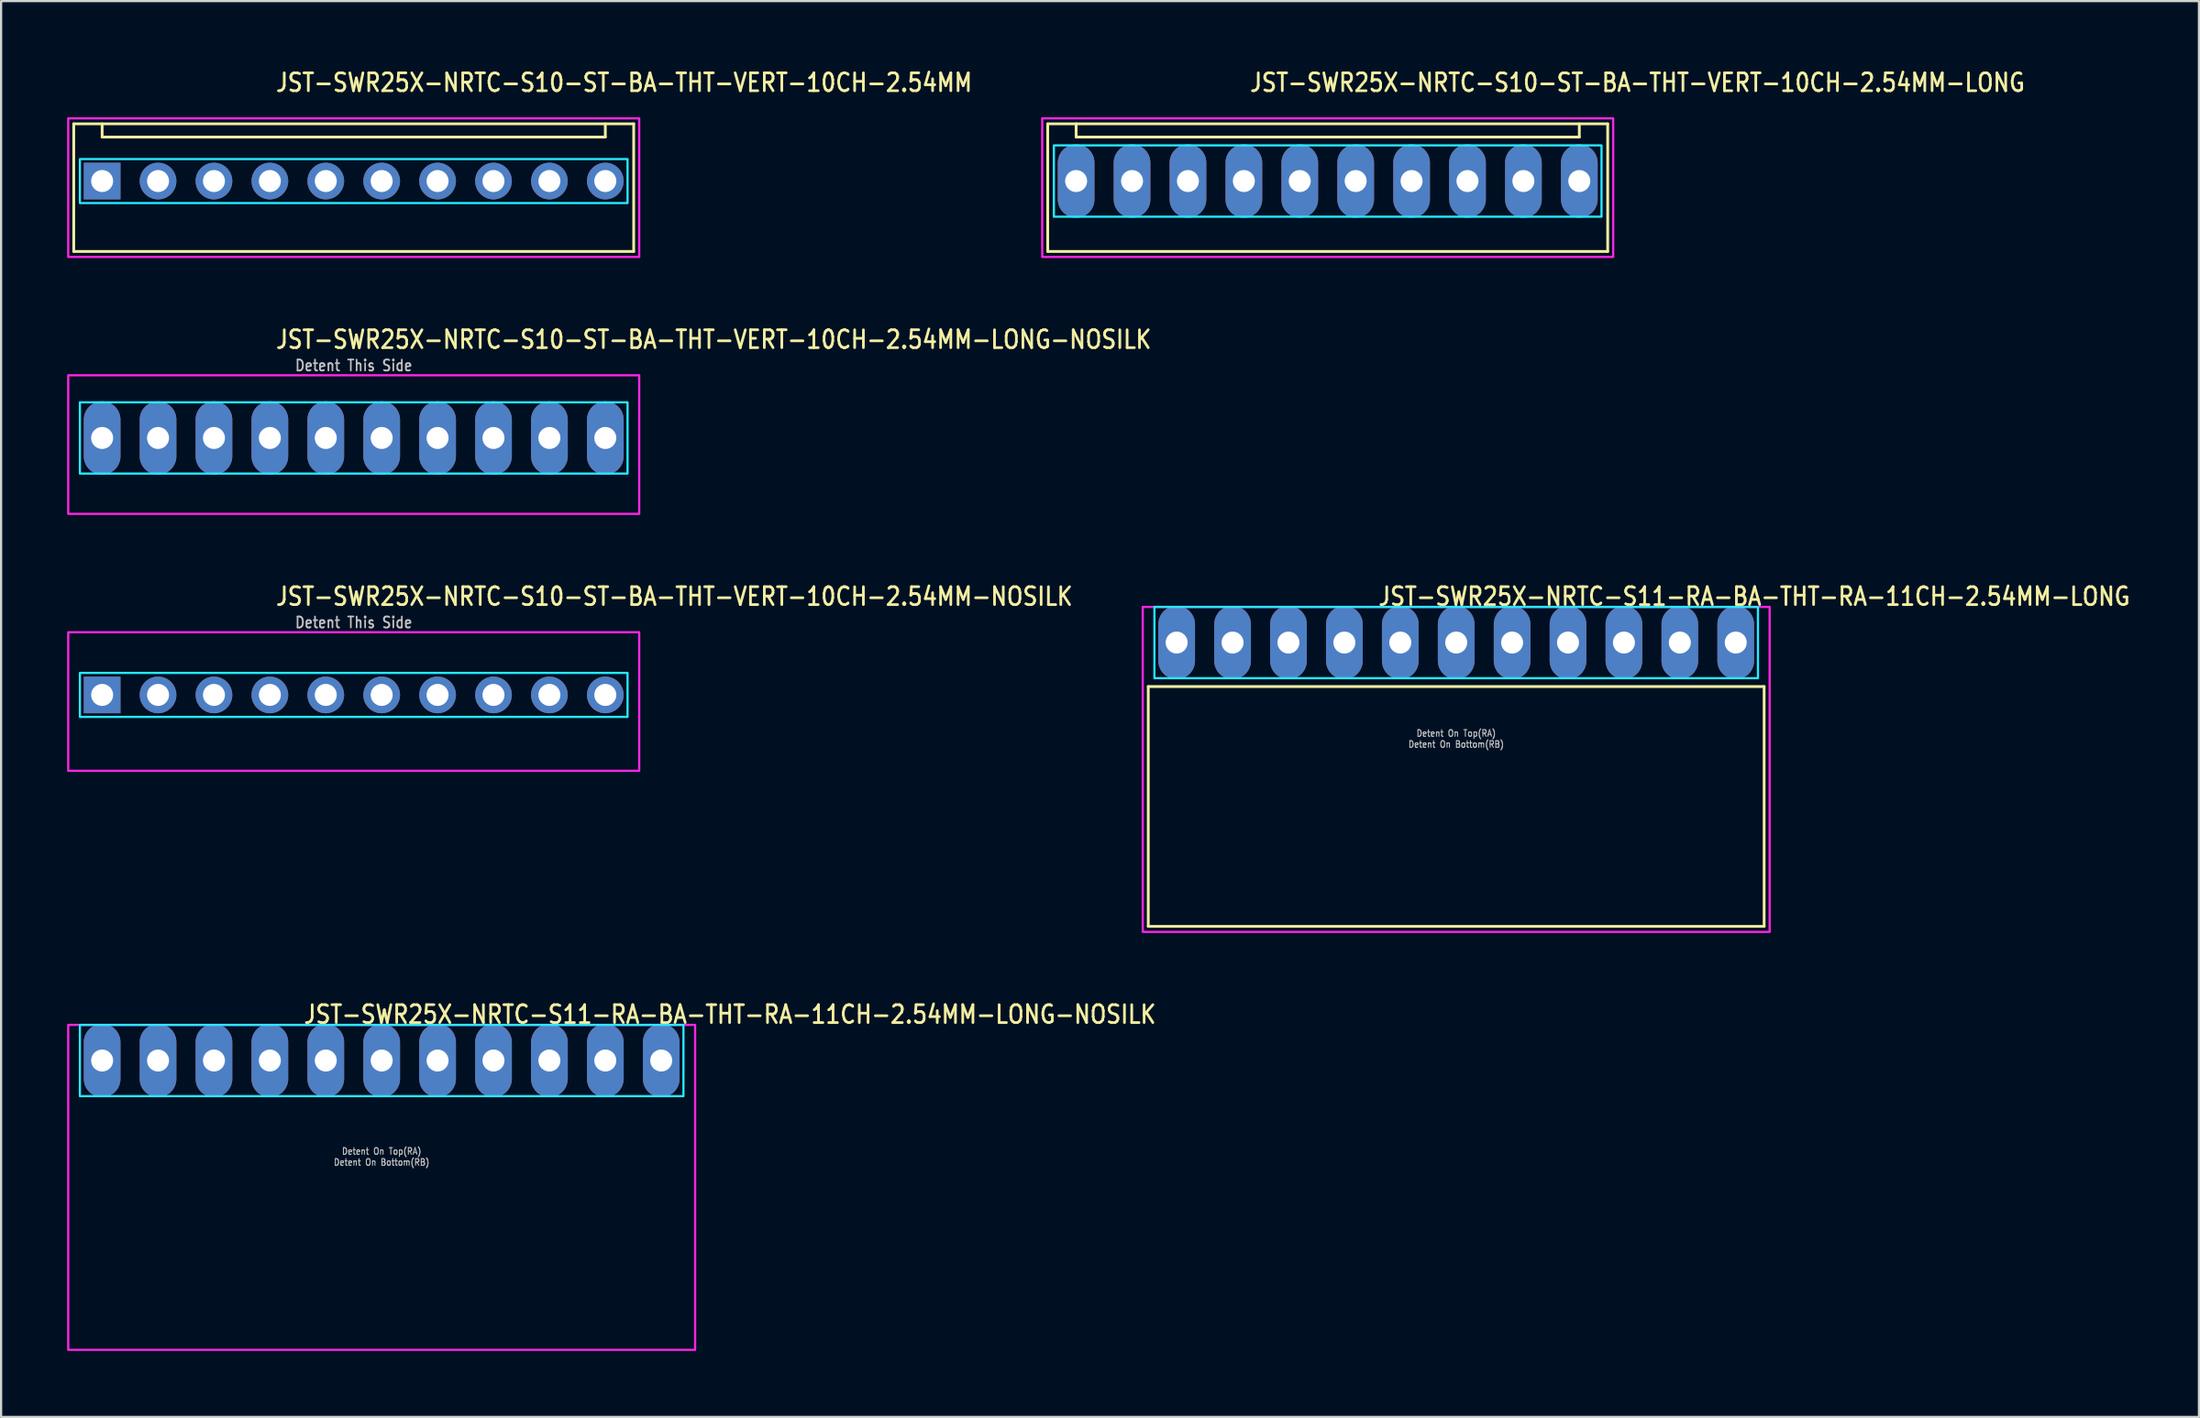
<source format=kicad_pcb>
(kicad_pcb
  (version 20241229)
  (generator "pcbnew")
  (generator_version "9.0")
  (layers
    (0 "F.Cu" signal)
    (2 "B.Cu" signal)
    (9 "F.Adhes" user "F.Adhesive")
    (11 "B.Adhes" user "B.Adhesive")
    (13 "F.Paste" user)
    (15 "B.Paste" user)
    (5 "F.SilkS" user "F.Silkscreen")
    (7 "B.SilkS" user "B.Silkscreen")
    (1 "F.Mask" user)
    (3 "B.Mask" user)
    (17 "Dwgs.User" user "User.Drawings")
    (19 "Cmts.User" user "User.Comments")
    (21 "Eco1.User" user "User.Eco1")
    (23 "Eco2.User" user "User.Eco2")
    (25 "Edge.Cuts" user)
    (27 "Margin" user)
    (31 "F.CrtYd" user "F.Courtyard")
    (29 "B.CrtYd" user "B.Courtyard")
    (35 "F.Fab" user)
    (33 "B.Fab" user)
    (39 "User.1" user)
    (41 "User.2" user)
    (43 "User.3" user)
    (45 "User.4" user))
  (footprint "JST-SWR25X-NRTC-S11-RA-BA-THT-RA-11CH-2.54MM-LONG"
    (layer "F.Cu")
    (at 63.107 26.156)
    (property "Reference" "JST-SWR25X-NRTC-S11-RA-BA-THT-RA-11CH-2.54MM-LONG" (at -3.6 -1.62 0) (unlocked yes) (layer "F.SilkS") (effects (font (size 0.813 0.695) (thickness 0.122)) (justify left bottom)))
    (fp_line (start -13.99 2) (end 13.99 2) (stroke (width 0.127) (type solid)) (layer "F.SilkS"))
    (fp_line (start -13.99 12.9) (end -13.99 2) (stroke (width 0.127) (type solid)) (layer "F.SilkS"))
    (fp_line (start -13.99 12.9) (end 13.99 12.9) (stroke (width 0.127) (type solid)) (layer "F.SilkS"))
    (fp_line (start 13.99 2) (end 13.99 12.9) (stroke (width 0.127) (type solid)) (layer "F.SilkS"))
    (fp_poly (pts (xy -13.71 -1.62) (xy -13.71 1.62) (xy 13.71 1.62) (xy 13.71 -1.62)) (stroke (width 0.1) (type solid)) (fill no) (layer "B.CrtYd"))
    (fp_poly (pts (xy -14.24 -1.62) (xy -14.24 13.15) (xy 14.24 13.15) (xy 14.24 -1.62)) (stroke (width 0.1) (type solid)) (fill no) (layer "F.CrtYd"))
    (fp_text user "Detent On Bottom(RB)" (at 0 4.8 0) (unlocked yes) (layer "Dwgs.User") (effects (font (size 0.3 0.257) (thickness 0.045)) (justify bottom)))
    (fp_text user "Detent On Top(RA)" (at 0 4.3 0) (unlocked yes) (layer "Dwgs.User") (effects (font (size 0.3 0.257) (thickness 0.045)) (justify bottom)))
    (pad "1" thru_hole oval (at -12.7 0 90) (size 3.333 1.667) (drill 1) (layers "*.Cu" "*.Mask"))
    (pad "2" thru_hole oval (at -10.16 0 90) (size 3.333 1.667) (drill 1) (layers "*.Cu" "*.Mask"))
    (pad "3" thru_hole oval (at -7.62 0 90) (size 3.333 1.667) (drill 1) (layers "*.Cu" "*.Mask"))
    (pad "4" thru_hole oval (at -5.08 0 90) (size 3.333 1.667) (drill 1) (layers "*.Cu" "*.Mask"))
    (pad "5" thru_hole oval (at -2.54 0 90) (size 3.333 1.667) (drill 1) (layers "*.Cu" "*.Mask"))
    (pad "6" thru_hole oval (at 0 0 90) (size 3.333 1.667) (drill 1) (layers "*.Cu" "*.Mask"))
    (pad "7" thru_hole oval (at 2.54 0 90) (size 3.333 1.667) (drill 1) (layers "*.Cu" "*.Mask"))
    (pad "8" thru_hole oval (at 5.08 0 90) (size 3.333 1.667) (drill 1) (layers "*.Cu" "*.Mask"))
    (pad "9" thru_hole oval (at 7.62 0 90) (size 3.333 1.667) (drill 1) (layers "*.Cu" "*.Mask"))
    (pad "10" thru_hole oval (at 10.16 0 90) (size 3.333 1.667) (drill 1) (layers "*.Cu" "*.Mask"))
    (pad "11" thru_hole oval (at 12.7 0 90) (size 3.333 1.667) (drill 1) (layers "*.Cu" "*.Mask")))
  (footprint "JST-SWR25X-NRTC-S10-ST-BA-THT-VERT-10CH-2.54MM-LONG"
    (layer "F.Cu")
    (at 57.27 5.179)
    (property "Reference" "JST-SWR25X-NRTC-S10-ST-BA-THT-VERT-10CH-2.54MM-LONG" (at -3.6 -4 0) (unlocked yes) (layer "F.SilkS") (effects (font (size 0.813 0.695) (thickness 0.122)) (justify left bottom)))
    (fp_line (start -12.72 -2.6) (end 12.72 -2.6) (stroke (width 0.127) (type solid)) (layer "F.SilkS"))
    (fp_line (start -12.72 3.2) (end -12.72 -2.6) (stroke (width 0.127) (type solid)) (layer "F.SilkS"))
    (fp_line (start -12.72 3.2) (end 12.72 3.2) (stroke (width 0.127) (type solid)) (layer "F.SilkS"))
    (fp_line (start -11.43 -2.6) (end -11.43 -2) (stroke (width 0.127) (type solid)) (layer "F.SilkS"))
    (fp_line (start -11.43 -2) (end 11.43 -2) (stroke (width 0.127) (type solid)) (layer "F.SilkS"))
    (fp_line (start 11.43 -2.6) (end 11.43 -2) (stroke (width 0.127) (type solid)) (layer "F.SilkS"))
    (fp_line (start 12.72 -2.6) (end 12.72 3.2) (stroke (width 0.127) (type solid)) (layer "F.SilkS"))
    (fp_poly (pts (xy -12.44 -1.62) (xy -12.44 1.62) (xy 12.44 1.62) (xy 12.44 -1.62)) (stroke (width 0.1) (type solid)) (fill no) (layer "B.CrtYd"))
    (fp_poly (pts (xy -12.97 -2.85) (xy -12.97 3.45) (xy 12.97 3.45) (xy 12.97 -2.85)) (stroke (width 0.1) (type solid)) (fill no) (layer "F.CrtYd"))
    (pad "1" thru_hole oval (at -11.43 0 90) (size 3.333 1.667) (drill 1) (layers "*.Cu" "*.Mask"))
    (pad "2" thru_hole oval (at -8.89 0 90) (size 3.333 1.667) (drill 1) (layers "*.Cu" "*.Mask"))
    (pad "3" thru_hole oval (at -6.35 0 90) (size 3.333 1.667) (drill 1) (layers "*.Cu" "*.Mask"))
    (pad "4" thru_hole oval (at -3.81 0 90) (size 3.333 1.667) (drill 1) (layers "*.Cu" "*.Mask"))
    (pad "5" thru_hole oval (at -1.27 0 90) (size 3.333 1.667) (drill 1) (layers "*.Cu" "*.Mask"))
    (pad "6" thru_hole oval (at 1.27 0 90) (size 3.333 1.667) (drill 1) (layers "*.Cu" "*.Mask"))
    (pad "7" thru_hole oval (at 3.81 0 90) (size 3.333 1.667) (drill 1) (layers "*.Cu" "*.Mask"))
    (pad "8" thru_hole oval (at 6.35 0 90) (size 3.333 1.667) (drill 1) (layers "*.Cu" "*.Mask"))
    (pad "9" thru_hole oval (at 8.89 0 90) (size 3.333 1.667) (drill 1) (layers "*.Cu" "*.Mask"))
    (pad "10" thru_hole oval (at 11.43 0 90) (size 3.333 1.667) (drill 1) (layers "*.Cu" "*.Mask")))
  (footprint "JST-SWR25X-NRTC-S11-RA-BA-THT-RA-11CH-2.54MM-LONG-NOSILK"
    (layer "F.Cu")
    (at 14.29 45.154)
    (property "Reference" "JST-SWR25X-NRTC-S11-RA-BA-THT-RA-11CH-2.54MM-LONG-NOSILK" (at -3.6 -1.62 0) (unlocked yes) (layer "F.SilkS") (effects (font (size 0.813 0.695) (thickness 0.122)) (justify left bottom)))
    (fp_poly (pts (xy -13.71 -1.62) (xy -13.71 1.62) (xy 13.71 1.62) (xy 13.71 -1.62)) (stroke (width 0.1) (type solid)) (fill no) (layer "B.CrtYd"))
    (fp_poly (pts (xy -14.24 -1.62) (xy -14.24 13.15) (xy 14.24 13.15) (xy 14.24 -1.62)) (stroke (width 0.1) (type solid)) (fill no) (layer "F.CrtYd"))
    (fp_text user "Detent On Top(RA)" (at 0 4.3 0) (unlocked yes) (layer "Dwgs.User") (effects (font (size 0.3 0.257) (thickness 0.045)) (justify bottom)))
    (fp_text user "Detent On Bottom(RB)" (at 0 4.8 0) (unlocked yes) (layer "Dwgs.User") (effects (font (size 0.3 0.257) (thickness 0.045)) (justify bottom)))
    (pad "1" thru_hole oval (at -12.7 0 90) (size 3.333 1.667) (drill 1) (layers "*.Cu" "*.Mask"))
    (pad "2" thru_hole oval (at -10.16 0 90) (size 3.333 1.667) (drill 1) (layers "*.Cu" "*.Mask"))
    (pad "3" thru_hole oval (at -7.62 0 90) (size 3.333 1.667) (drill 1) (layers "*.Cu" "*.Mask"))
    (pad "4" thru_hole oval (at -5.08 0 90) (size 3.333 1.667) (drill 1) (layers "*.Cu" "*.Mask"))
    (pad "5" thru_hole oval (at -2.54 0 90) (size 3.333 1.667) (drill 1) (layers "*.Cu" "*.Mask"))
    (pad "6" thru_hole oval (at 0 0 90) (size 3.333 1.667) (drill 1) (layers "*.Cu" "*.Mask"))
    (pad "7" thru_hole oval (at 2.54 0 90) (size 3.333 1.667) (drill 1) (layers "*.Cu" "*.Mask"))
    (pad "8" thru_hole oval (at 5.08 0 90) (size 3.333 1.667) (drill 1) (layers "*.Cu" "*.Mask"))
    (pad "9" thru_hole oval (at 7.62 0 90) (size 3.333 1.667) (drill 1) (layers "*.Cu" "*.Mask"))
    (pad "10" thru_hole oval (at 10.16 0 90) (size 3.333 1.667) (drill 1) (layers "*.Cu" "*.Mask"))
    (pad "11" thru_hole oval (at 12.7 0 90) (size 3.333 1.667) (drill 1) (layers "*.Cu" "*.Mask")))
  (footprint "JST-SWR25X-NRTC-S10-ST-BA-THT-VERT-10CH-2.54MM-NOSILK"
    (layer "F.Cu")
    (at 13.02 28.536)
    (property "Reference" "JST-SWR25X-NRTC-S10-ST-BA-THT-VERT-10CH-2.54MM-NOSILK" (at -3.6 -4 0) (unlocked yes) (layer "F.SilkS") (effects (font (size 0.813 0.695) (thickness 0.122)) (justify left bottom)))
    (fp_poly (pts (xy -12.44 -1) (xy -12.44 1) (xy 12.44 1) (xy 12.44 -1)) (stroke (width 0.1) (type solid)) (fill no) (layer "B.CrtYd"))
    (fp_poly (pts (xy -12.97 -2.85) (xy -12.97 3.45) (xy 12.97 3.45) (xy 12.97 -2.85)) (stroke (width 0.1) (type solid)) (fill no) (layer "F.CrtYd"))
    (fp_text user "Detent This Side" (at 0 -3 0) (unlocked yes) (layer "Dwgs.User") (effects (font (size 0.5 0.427) (thickness 0.075)) (justify bottom)))
    (pad "1" thru_hole rect (at -11.43 0) (size 1.667 1.667) (drill 1) (layers "*.Cu" "*.Mask"))
    (pad "2" thru_hole oval (at -8.89 0) (size 1.667 1.667) (drill 1) (layers "*.Cu" "*.Mask"))
    (pad "3" thru_hole oval (at -6.35 0) (size 1.667 1.667) (drill 1) (layers "*.Cu" "*.Mask"))
    (pad "4" thru_hole oval (at -3.81 0) (size 1.667 1.667) (drill 1) (layers "*.Cu" "*.Mask"))
    (pad "5" thru_hole oval (at -1.27 0) (size 1.667 1.667) (drill 1) (layers "*.Cu" "*.Mask"))
    (pad "6" thru_hole oval (at 1.27 0) (size 1.667 1.667) (drill 1) (layers "*.Cu" "*.Mask"))
    (pad "7" thru_hole oval (at 3.81 0) (size 1.667 1.667) (drill 1) (layers "*.Cu" "*.Mask"))
    (pad "8" thru_hole oval (at 6.35 0) (size 1.667 1.667) (drill 1) (layers "*.Cu" "*.Mask"))
    (pad "9" thru_hole oval (at 8.89 0) (size 1.667 1.667) (drill 1) (layers "*.Cu" "*.Mask"))
    (pad "10" thru_hole oval (at 11.43 0) (size 1.667 1.667) (drill 1) (layers "*.Cu" "*.Mask")))
  (footprint "JST-SWR25X-NRTC-S10-ST-BA-THT-VERT-10CH-2.54MM-LONG-NOSILK"
    (layer "F.Cu")
    (at 13.02 16.857)
    (property "Reference" "JST-SWR25X-NRTC-S10-ST-BA-THT-VERT-10CH-2.54MM-LONG-NOSILK" (at -3.6 -4 0) (unlocked yes) (layer "F.SilkS") (effects (font (size 0.813 0.695) (thickness 0.122)) (justify left bottom)))
    (fp_poly (pts (xy -12.44 -1.62) (xy -12.44 1.62) (xy 12.44 1.62) (xy 12.44 -1.62)) (stroke (width 0.1) (type solid)) (fill no) (layer "B.CrtYd"))
    (fp_poly (pts (xy -12.97 -2.85) (xy -12.97 3.45) (xy 12.97 3.45) (xy 12.97 -2.85)) (stroke (width 0.1) (type solid)) (fill no) (layer "F.CrtYd"))
    (fp_text user "Detent This Side" (at 0 -3 0) (unlocked yes) (layer "Dwgs.User") (effects (font (size 0.5 0.427) (thickness 0.075)) (justify bottom)))
    (pad "1" thru_hole oval (at -11.43 0 90) (size 3.333 1.667) (drill 1) (layers "*.Cu" "*.Mask"))
    (pad "2" thru_hole oval (at -8.89 0 90) (size 3.333 1.667) (drill 1) (layers "*.Cu" "*.Mask"))
    (pad "3" thru_hole oval (at -6.35 0 90) (size 3.333 1.667) (drill 1) (layers "*.Cu" "*.Mask"))
    (pad "4" thru_hole oval (at -3.81 0 90) (size 3.333 1.667) (drill 1) (layers "*.Cu" "*.Mask"))
    (pad "5" thru_hole oval (at -1.27 0 90) (size 3.333 1.667) (drill 1) (layers "*.Cu" "*.Mask"))
    (pad "6" thru_hole oval (at 1.27 0 90) (size 3.333 1.667) (drill 1) (layers "*.Cu" "*.Mask"))
    (pad "7" thru_hole oval (at 3.81 0 90) (size 3.333 1.667) (drill 1) (layers "*.Cu" "*.Mask"))
    (pad "8" thru_hole oval (at 6.35 0 90) (size 3.333 1.667) (drill 1) (layers "*.Cu" "*.Mask"))
    (pad "9" thru_hole oval (at 8.89 0 90) (size 3.333 1.667) (drill 1) (layers "*.Cu" "*.Mask"))
    (pad "10" thru_hole oval (at 11.43 0 90) (size 3.333 1.667) (drill 1) (layers "*.Cu" "*.Mask")))
  (footprint "JST-SWR25X-NRTC-S10-ST-BA-THT-VERT-10CH-2.54MM"
    (layer "F.Cu")
    (at 13.02 5.179)
    (property "Reference" "JST-SWR25X-NRTC-S10-ST-BA-THT-VERT-10CH-2.54MM" (at -3.6 -4 0) (unlocked yes) (layer "F.SilkS") (effects (font (size 0.813 0.695) (thickness 0.122)) (justify left bottom)))
    (fp_line (start -12.72 -2.6) (end 12.72 -2.6) (stroke (width 0.127) (type solid)) (layer "F.SilkS"))
    (fp_line (start -12.72 3.2) (end -12.72 -2.6) (stroke (width 0.127) (type solid)) (layer "F.SilkS"))
    (fp_line (start -12.72 3.2) (end 12.72 3.2) (stroke (width 0.127) (type solid)) (layer "F.SilkS"))
    (fp_line (start -11.43 -2.6) (end -11.43 -2) (stroke (width 0.127) (type solid)) (layer "F.SilkS"))
    (fp_line (start -11.43 -2) (end 11.43 -2) (stroke (width 0.127) (type solid)) (layer "F.SilkS"))
    (fp_line (start 11.43 -2.6) (end 11.43 -2) (stroke (width 0.127) (type solid)) (layer "F.SilkS"))
    (fp_line (start 12.72 -2.6) (end 12.72 3.2) (stroke (width 0.127) (type solid)) (layer "F.SilkS"))
    (fp_poly (pts (xy -12.44 -1) (xy -12.44 1) (xy 12.44 1) (xy 12.44 -1)) (stroke (width 0.1) (type solid)) (fill no) (layer "B.CrtYd"))
    (fp_poly (pts (xy -12.97 -2.85) (xy -12.97 3.45) (xy 12.97 3.45) (xy 12.97 -2.85)) (stroke (width 0.1) (type solid)) (fill no) (layer "F.CrtYd"))
    (pad "1" thru_hole rect (at -11.43 0) (size 1.667 1.667) (drill 1) (layers "*.Cu" "*.Mask"))
    (pad "2" thru_hole oval (at -8.89 0) (size 1.667 1.667) (drill 1) (layers "*.Cu" "*.Mask"))
    (pad "3" thru_hole oval (at -6.35 0) (size 1.667 1.667) (drill 1) (layers "*.Cu" "*.Mask"))
    (pad "4" thru_hole oval (at -3.81 0) (size 1.667 1.667) (drill 1) (layers "*.Cu" "*.Mask"))
    (pad "5" thru_hole oval (at -1.27 0) (size 1.667 1.667) (drill 1) (layers "*.Cu" "*.Mask"))
    (pad "6" thru_hole oval (at 1.27 0) (size 1.667 1.667) (drill 1) (layers "*.Cu" "*.Mask"))
    (pad "7" thru_hole oval (at 3.81 0) (size 1.667 1.667) (drill 1) (layers "*.Cu" "*.Mask"))
    (pad "8" thru_hole oval (at 6.35 0) (size 1.667 1.667) (drill 1) (layers "*.Cu" "*.Mask"))
    (pad "9" thru_hole oval (at 8.89 0) (size 1.667 1.667) (drill 1) (layers "*.Cu" "*.Mask"))
    (pad "10" thru_hole oval (at 11.43 0) (size 1.667 1.667) (drill 1) (layers "*.Cu" "*.Mask")))
  (gr_rect
    (start -3 -3)
    (end 96.852 61.354)
    (stroke (width 0.1) (type default))
    (fill no)
    (layer "Edge.Cuts")))
</source>
